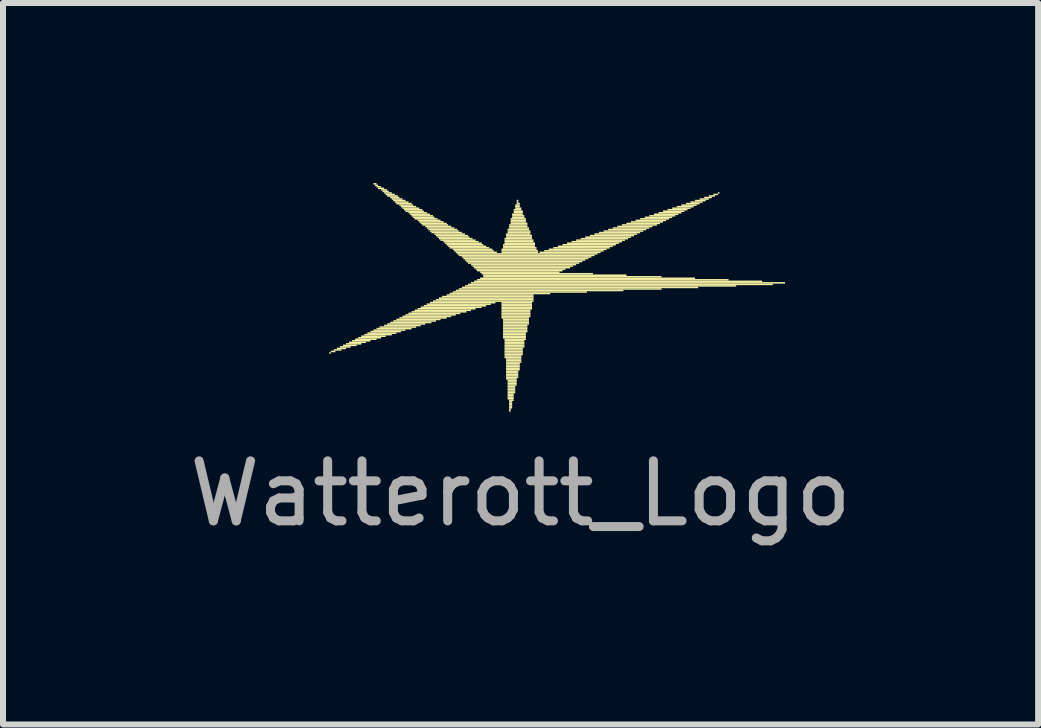
<source format=kicad_pcb>
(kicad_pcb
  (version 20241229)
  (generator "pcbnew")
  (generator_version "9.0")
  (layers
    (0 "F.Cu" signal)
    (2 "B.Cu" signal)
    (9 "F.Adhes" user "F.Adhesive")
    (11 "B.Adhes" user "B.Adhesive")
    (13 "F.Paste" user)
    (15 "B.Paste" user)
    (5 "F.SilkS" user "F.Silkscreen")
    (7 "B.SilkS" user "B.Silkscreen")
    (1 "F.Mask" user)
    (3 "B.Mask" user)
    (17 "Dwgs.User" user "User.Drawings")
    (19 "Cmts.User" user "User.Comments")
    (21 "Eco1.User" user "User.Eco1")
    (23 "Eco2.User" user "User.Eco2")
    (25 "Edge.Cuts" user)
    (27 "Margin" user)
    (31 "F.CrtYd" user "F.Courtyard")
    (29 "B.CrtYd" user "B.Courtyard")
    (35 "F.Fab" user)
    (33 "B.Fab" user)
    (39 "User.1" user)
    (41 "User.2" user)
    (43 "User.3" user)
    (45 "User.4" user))
  (footprint "Watterott_Logo"
    (layer "F.Cu")
    (at 5.625 1.575)
    (property "Reference" "Watterott_Logo" (at 0 3.6 0) (layer "F.Fab") (effects (font (size 1 1) (thickness 0.15))))
    (attr through_hole)
    (fp_poly (pts (xy -3.188 1.27) (xy -3.162 1.27) (xy -3.162 1.245) (xy -3.188 1.245)) (stroke (width 0) (type solid)) (fill yes) (layer "F.SilkS"))
    (fp_poly (pts (xy -3.162 1.245) (xy -3.086 1.245) (xy -3.086 1.219) (xy -3.162 1.219)) (stroke (width 0) (type solid)) (fill yes) (layer "F.SilkS"))
    (fp_poly (pts (xy -3.111 1.219) (xy -2.985 1.219) (xy -2.985 1.194) (xy -3.111 1.194)) (stroke (width 0) (type solid)) (fill yes) (layer "F.SilkS"))
    (fp_poly (pts (xy -3.061 1.194) (xy -2.908 1.194) (xy -2.908 1.168) (xy -3.061 1.168)) (stroke (width 0) (type solid)) (fill yes) (layer "F.SilkS"))
    (fp_poly (pts (xy -3.01 1.168) (xy -2.832 1.168) (xy -2.832 1.143) (xy -3.01 1.143)) (stroke (width 0) (type solid)) (fill yes) (layer "F.SilkS"))
    (fp_poly (pts (xy -2.959 1.143) (xy -2.731 1.143) (xy -2.731 1.118) (xy -2.959 1.118)) (stroke (width 0) (type solid)) (fill yes) (layer "F.SilkS"))
    (fp_poly (pts (xy -2.908 1.118) (xy -2.654 1.118) (xy -2.654 1.092) (xy -2.908 1.092)) (stroke (width 0) (type solid)) (fill yes) (layer "F.SilkS"))
    (fp_poly (pts (xy -2.857 1.092) (xy -2.578 1.092) (xy -2.578 1.067) (xy -2.857 1.067)) (stroke (width 0) (type solid)) (fill yes) (layer "F.SilkS"))
    (fp_poly (pts (xy -2.807 1.067) (xy -2.502 1.067) (xy -2.502 1.041) (xy -2.807 1.041)) (stroke (width 0) (type solid)) (fill yes) (layer "F.SilkS"))
    (fp_poly (pts (xy -2.756 1.041) (xy -2.4 1.041) (xy -2.4 1.016) (xy -2.756 1.016)) (stroke (width 0) (type solid)) (fill yes) (layer "F.SilkS"))
    (fp_poly (pts (xy -2.705 1.016) (xy -2.324 1.016) (xy -2.324 0.991) (xy -2.705 0.991)) (stroke (width 0) (type solid)) (fill yes) (layer "F.SilkS"))
    (fp_poly (pts (xy -2.654 0.991) (xy -2.248 0.991) (xy -2.248 0.965) (xy -2.654 0.965)) (stroke (width 0) (type solid)) (fill yes) (layer "F.SilkS"))
    (fp_poly (pts (xy -2.603 0.965) (xy -2.146 0.965) (xy -2.146 0.94) (xy -2.603 0.94)) (stroke (width 0) (type solid)) (fill yes) (layer "F.SilkS"))
    (fp_poly (pts (xy -2.553 0.94) (xy -2.07 0.94) (xy -2.07 0.914) (xy -2.553 0.914)) (stroke (width 0) (type solid)) (fill yes) (layer "F.SilkS"))
    (fp_poly (pts (xy -2.502 0.914) (xy -1.994 0.914) (xy -1.994 0.889) (xy -2.502 0.889)) (stroke (width 0) (type solid)) (fill yes) (layer "F.SilkS"))
    (fp_poly (pts (xy -2.451 -1.549) (xy -2.4 -1.549) (xy -2.4 -1.575) (xy -2.451 -1.575)) (stroke (width 0) (type solid)) (fill yes) (layer "F.SilkS"))
    (fp_poly (pts (xy -2.451 0.889) (xy -1.918 0.889) (xy -1.918 0.864) (xy -2.451 0.864)) (stroke (width 0) (type solid)) (fill yes) (layer "F.SilkS"))
    (fp_poly (pts (xy -2.426 -1.524) (xy -2.375 -1.524) (xy -2.375 -1.549) (xy -2.426 -1.549)) (stroke (width 0) (type solid)) (fill yes) (layer "F.SilkS"))
    (fp_poly (pts (xy -2.4 -1.499) (xy -2.324 -1.499) (xy -2.324 -1.524) (xy -2.4 -1.524)) (stroke (width 0) (type solid)) (fill yes) (layer "F.SilkS"))
    (fp_poly (pts (xy -2.4 0.864) (xy -1.816 0.864) (xy -1.816 0.838) (xy -2.4 0.838)) (stroke (width 0) (type solid)) (fill yes) (layer "F.SilkS"))
    (fp_poly (pts (xy -2.375 -1.473) (xy -2.273 -1.473) (xy -2.273 -1.499) (xy -2.375 -1.499)) (stroke (width 0) (type solid)) (fill yes) (layer "F.SilkS"))
    (fp_poly (pts (xy -2.349 0.838) (xy -1.74 0.838) (xy -1.74 0.813) (xy -2.349 0.813)) (stroke (width 0) (type solid)) (fill yes) (layer "F.SilkS"))
    (fp_poly (pts (xy -2.324 -1.448) (xy -2.223 -1.448) (xy -2.223 -1.473) (xy -2.324 -1.473)) (stroke (width 0) (type solid)) (fill yes) (layer "F.SilkS"))
    (fp_poly (pts (xy -2.299 -1.422) (xy -2.197 -1.422) (xy -2.197 -1.448) (xy -2.299 -1.448)) (stroke (width 0) (type solid)) (fill yes) (layer "F.SilkS"))
    (fp_poly (pts (xy -2.273 -1.397) (xy -2.146 -1.397) (xy -2.146 -1.422) (xy -2.273 -1.422)) (stroke (width 0) (type solid)) (fill yes) (layer "F.SilkS"))
    (fp_poly (pts (xy -2.273 0.813) (xy -1.664 0.813) (xy -1.664 0.787) (xy -2.273 0.787)) (stroke (width 0) (type solid)) (fill yes) (layer "F.SilkS"))
    (fp_poly (pts (xy -2.248 -1.372) (xy -2.095 -1.372) (xy -2.095 -1.397) (xy -2.248 -1.397)) (stroke (width 0) (type solid)) (fill yes) (layer "F.SilkS"))
    (fp_poly (pts (xy -2.223 -1.346) (xy -2.045 -1.346) (xy -2.045 -1.372) (xy -2.223 -1.372)) (stroke (width 0) (type solid)) (fill yes) (layer "F.SilkS"))
    (fp_poly (pts (xy -2.223 0.787) (xy -1.587 0.787) (xy -1.587 0.762) (xy -2.223 0.762)) (stroke (width 0) (type solid)) (fill yes) (layer "F.SilkS"))
    (fp_poly (pts (xy -2.172 -1.321) (xy -2.019 -1.321) (xy -2.019 -1.346) (xy -2.172 -1.346)) (stroke (width 0) (type solid)) (fill yes) (layer "F.SilkS"))
    (fp_poly (pts (xy -2.172 0.762) (xy -1.486 0.762) (xy -1.486 0.737) (xy -2.172 0.737)) (stroke (width 0) (type solid)) (fill yes) (layer "F.SilkS"))
    (fp_poly (pts (xy -2.146 -1.295) (xy -1.968 -1.295) (xy -1.968 -1.321) (xy -2.146 -1.321)) (stroke (width 0) (type solid)) (fill yes) (layer "F.SilkS"))
    (fp_poly (pts (xy -2.121 -1.27) (xy -1.918 -1.27) (xy -1.918 -1.295) (xy -2.121 -1.295)) (stroke (width 0) (type solid)) (fill yes) (layer "F.SilkS"))
    (fp_poly (pts (xy -2.121 0.737) (xy -1.41 0.737) (xy -1.41 0.711) (xy -2.121 0.711)) (stroke (width 0) (type solid)) (fill yes) (layer "F.SilkS"))
    (fp_poly (pts (xy -2.095 -1.245) (xy -1.867 -1.245) (xy -1.867 -1.27) (xy -2.095 -1.27)) (stroke (width 0) (type solid)) (fill yes) (layer "F.SilkS"))
    (fp_poly (pts (xy -2.07 -1.219) (xy -1.816 -1.219) (xy -1.816 -1.245) (xy -2.07 -1.245)) (stroke (width 0) (type solid)) (fill yes) (layer "F.SilkS"))
    (fp_poly (pts (xy -2.07 0.711) (xy -1.333 0.711) (xy -1.333 0.686) (xy -2.07 0.686)) (stroke (width 0) (type solid)) (fill yes) (layer "F.SilkS"))
    (fp_poly (pts (xy -2.019 -1.194) (xy -1.791 -1.194) (xy -1.791 -1.219) (xy -2.019 -1.219)) (stroke (width 0) (type solid)) (fill yes) (layer "F.SilkS"))
    (fp_poly (pts (xy -2.019 0.686) (xy -1.232 0.686) (xy -1.232 0.66) (xy -2.019 0.66)) (stroke (width 0) (type solid)) (fill yes) (layer "F.SilkS"))
    (fp_poly (pts (xy -1.994 -1.168) (xy -1.74 -1.168) (xy -1.74 -1.194) (xy -1.994 -1.194)) (stroke (width 0) (type solid)) (fill yes) (layer "F.SilkS"))
    (fp_poly (pts (xy -1.968 -1.143) (xy -1.689 -1.143) (xy -1.689 -1.168) (xy -1.968 -1.168)) (stroke (width 0) (type solid)) (fill yes) (layer "F.SilkS"))
    (fp_poly (pts (xy -1.968 0.66) (xy -1.156 0.66) (xy -1.156 0.635) (xy -1.968 0.635)) (stroke (width 0) (type solid)) (fill yes) (layer "F.SilkS"))
    (fp_poly (pts (xy -1.943 -1.118) (xy -1.638 -1.118) (xy -1.638 -1.143) (xy -1.943 -1.143)) (stroke (width 0) (type solid)) (fill yes) (layer "F.SilkS"))
    (fp_poly (pts (xy -1.918 -1.092) (xy -1.613 -1.092) (xy -1.613 -1.118) (xy -1.918 -1.118)) (stroke (width 0) (type solid)) (fill yes) (layer "F.SilkS"))
    (fp_poly (pts (xy -1.918 0.635) (xy -1.079 0.635) (xy -1.079 0.61) (xy -1.918 0.61)) (stroke (width 0) (type solid)) (fill yes) (layer "F.SilkS"))
    (fp_poly (pts (xy -1.867 -1.067) (xy -1.562 -1.067) (xy -1.562 -1.092) (xy -1.867 -1.092)) (stroke (width 0) (type solid)) (fill yes) (layer "F.SilkS"))
    (fp_poly (pts (xy -1.867 0.61) (xy -1.003 0.61) (xy -1.003 0.584) (xy -1.867 0.584)) (stroke (width 0) (type solid)) (fill yes) (layer "F.SilkS"))
    (fp_poly (pts (xy -1.841 -1.041) (xy -1.511 -1.041) (xy -1.511 -1.067) (xy -1.841 -1.067)) (stroke (width 0) (type solid)) (fill yes) (layer "F.SilkS"))
    (fp_poly (pts (xy -1.816 -1.016) (xy -1.46 -1.016) (xy -1.46 -1.041) (xy -1.816 -1.041)) (stroke (width 0) (type solid)) (fill yes) (layer "F.SilkS"))
    (fp_poly (pts (xy -1.816 0.584) (xy -0.902 0.584) (xy -0.902 0.559) (xy -1.816 0.559)) (stroke (width 0) (type solid)) (fill yes) (layer "F.SilkS"))
    (fp_poly (pts (xy -1.791 -0.991) (xy -1.435 -0.991) (xy -1.435 -1.016) (xy -1.791 -1.016)) (stroke (width 0) (type solid)) (fill yes) (layer "F.SilkS"))
    (fp_poly (pts (xy -1.765 -0.965) (xy -1.384 -0.965) (xy -1.384 -0.991) (xy -1.765 -0.991)) (stroke (width 0) (type solid)) (fill yes) (layer "F.SilkS"))
    (fp_poly (pts (xy -1.765 0.559) (xy -0.826 0.559) (xy -0.826 0.533) (xy -1.765 0.533)) (stroke (width 0) (type solid)) (fill yes) (layer "F.SilkS"))
    (fp_poly (pts (xy -1.714 -0.94) (xy -1.333 -0.94) (xy -1.333 -0.965) (xy -1.714 -0.965)) (stroke (width 0) (type solid)) (fill yes) (layer "F.SilkS"))
    (fp_poly (pts (xy -1.714 0.533) (xy -0.749 0.533) (xy -0.749 0.508) (xy -1.714 0.508)) (stroke (width 0) (type solid)) (fill yes) (layer "F.SilkS"))
    (fp_poly (pts (xy -1.689 -0.914) (xy -1.283 -0.914) (xy -1.283 -0.94) (xy -1.689 -0.94)) (stroke (width 0) (type solid)) (fill yes) (layer "F.SilkS"))
    (fp_poly (pts (xy -1.664 -0.889) (xy -1.232 -0.889) (xy -1.232 -0.914) (xy -1.664 -0.914)) (stroke (width 0) (type solid)) (fill yes) (layer "F.SilkS"))
    (fp_poly (pts (xy -1.664 0.508) (xy -0.648 0.508) (xy -0.648 0.483) (xy -1.664 0.483)) (stroke (width 0) (type solid)) (fill yes) (layer "F.SilkS"))
    (fp_poly (pts (xy -1.638 -0.864) (xy -1.206 -0.864) (xy -1.206 -0.889) (xy -1.638 -0.889)) (stroke (width 0) (type solid)) (fill yes) (layer "F.SilkS"))
    (fp_poly (pts (xy -1.613 0.483) (xy -0.572 0.483) (xy -0.572 0.457) (xy -1.613 0.457)) (stroke (width 0) (type solid)) (fill yes) (layer "F.SilkS"))
    (fp_poly (pts (xy -1.587 -0.838) (xy -1.156 -0.838) (xy -1.156 -0.864) (xy -1.587 -0.864)) (stroke (width 0) (type solid)) (fill yes) (layer "F.SilkS"))
    (fp_poly (pts (xy -1.562 -0.813) (xy -1.105 -0.813) (xy -1.105 -0.838) (xy -1.562 -0.838)) (stroke (width 0) (type solid)) (fill yes) (layer "F.SilkS"))
    (fp_poly (pts (xy -1.562 0.457) (xy -0.495 0.457) (xy -0.495 0.432) (xy -1.562 0.432)) (stroke (width 0) (type solid)) (fill yes) (layer "F.SilkS"))
    (fp_poly (pts (xy -1.537 -0.787) (xy -1.054 -0.787) (xy -1.054 -0.813) (xy -1.537 -0.813)) (stroke (width 0) (type solid)) (fill yes) (layer "F.SilkS"))
    (fp_poly (pts (xy -1.511 -0.762) (xy -1.029 -0.762) (xy -1.029 -0.787) (xy -1.511 -0.787)) (stroke (width 0) (type solid)) (fill yes) (layer "F.SilkS"))
    (fp_poly (pts (xy -1.511 0.432) (xy -0.419 0.432) (xy -0.419 0.406) (xy -1.511 0.406)) (stroke (width 0) (type solid)) (fill yes) (layer "F.SilkS"))
    (fp_poly (pts (xy -1.486 -0.737) (xy -0.978 -0.737) (xy -0.978 -0.762) (xy -1.486 -0.762)) (stroke (width 0) (type solid)) (fill yes) (layer "F.SilkS"))
    (fp_poly (pts (xy -1.46 0.406) (xy 0.216 0.406) (xy 0.216 0.381) (xy -1.46 0.381)) (stroke (width 0) (type solid)) (fill yes) (layer "F.SilkS"))
    (fp_poly (pts (xy -1.435 -0.711) (xy -0.927 -0.711) (xy -0.927 -0.737) (xy -1.435 -0.737)) (stroke (width 0) (type solid)) (fill yes) (layer "F.SilkS"))
    (fp_poly (pts (xy -1.41 -0.686) (xy -0.876 -0.686) (xy -0.876 -0.711) (xy -1.41 -0.711)) (stroke (width 0) (type solid)) (fill yes) (layer "F.SilkS"))
    (fp_poly (pts (xy -1.41 0.381) (xy 0.216 0.381) (xy 0.216 0.356) (xy -1.41 0.356)) (stroke (width 0) (type solid)) (fill yes) (layer "F.SilkS"))
    (fp_poly (pts (xy -1.384 -0.66) (xy -0.851 -0.66) (xy -0.851 -0.686) (xy -1.384 -0.686)) (stroke (width 0) (type solid)) (fill yes) (layer "F.SilkS"))
    (fp_poly (pts (xy -1.359 -0.635) (xy -0.8 -0.635) (xy -0.8 -0.66) (xy -1.359 -0.66)) (stroke (width 0) (type solid)) (fill yes) (layer "F.SilkS"))
    (fp_poly (pts (xy -1.359 0.356) (xy 0.216 0.356) (xy 0.216 0.33) (xy -1.359 0.33)) (stroke (width 0) (type solid)) (fill yes) (layer "F.SilkS"))
    (fp_poly (pts (xy -1.333 -0.61) (xy -0.749 -0.61) (xy -0.749 -0.635) (xy -1.333 -0.635)) (stroke (width 0) (type solid)) (fill yes) (layer "F.SilkS"))
    (fp_poly (pts (xy -1.308 0.33) (xy 0.216 0.33) (xy 0.216 0.305) (xy -1.308 0.305)) (stroke (width 0) (type solid)) (fill yes) (layer "F.SilkS"))
    (fp_poly (pts (xy -1.283 -0.584) (xy -0.699 -0.584) (xy -0.699 -0.61) (xy -1.283 -0.61)) (stroke (width 0) (type solid)) (fill yes) (layer "F.SilkS"))
    (fp_poly (pts (xy -1.257 -0.559) (xy -0.648 -0.559) (xy -0.648 -0.584) (xy -1.257 -0.584)) (stroke (width 0) (type solid)) (fill yes) (layer "F.SilkS"))
    (fp_poly (pts (xy -1.232 -0.533) (xy -0.622 -0.533) (xy -0.622 -0.559) (xy -1.232 -0.559)) (stroke (width 0) (type solid)) (fill yes) (layer "F.SilkS"))
    (fp_poly (pts (xy -1.232 0.305) (xy 0.216 0.305) (xy 0.216 0.279) (xy -1.232 0.279)) (stroke (width 0) (type solid)) (fill yes) (layer "F.SilkS"))
    (fp_poly (pts (xy -1.206 -0.508) (xy -0.572 -0.508) (xy -0.572 -0.533) (xy -1.206 -0.533)) (stroke (width 0) (type solid)) (fill yes) (layer "F.SilkS"))
    (fp_poly (pts (xy -1.181 -0.483) (xy -0.521 -0.483) (xy -0.521 -0.508) (xy -1.181 -0.508)) (stroke (width 0) (type solid)) (fill yes) (layer "F.SilkS"))
    (fp_poly (pts (xy -1.181 0.279) (xy 0.495 0.279) (xy 0.495 0.254) (xy -1.181 0.254)) (stroke (width 0) (type solid)) (fill yes) (layer "F.SilkS"))
    (fp_poly (pts (xy -1.13 -0.457) (xy -0.47 -0.457) (xy -0.47 -0.483) (xy -1.13 -0.483)) (stroke (width 0) (type solid)) (fill yes) (layer "F.SilkS"))
    (fp_poly (pts (xy -1.13 0.254) (xy 1.105 0.254) (xy 1.105 0.229) (xy -1.13 0.229)) (stroke (width 0) (type solid)) (fill yes) (layer "F.SilkS"))
    (fp_poly (pts (xy -1.105 -0.432) (xy -0.445 -0.432) (xy -0.445 -0.457) (xy -1.105 -0.457)) (stroke (width 0) (type solid)) (fill yes) (layer "F.SilkS"))
    (fp_poly (pts (xy -1.079 -0.406) (xy -0.394 -0.406) (xy -0.394 -0.432) (xy -1.079 -0.432)) (stroke (width 0) (type solid)) (fill yes) (layer "F.SilkS"))
    (fp_poly (pts (xy -1.079 0.229) (xy 1.714 0.229) (xy 1.714 0.203) (xy -1.079 0.203)) (stroke (width 0) (type solid)) (fill yes) (layer "F.SilkS"))
    (fp_poly (pts (xy -1.054 -0.381) (xy 1.283 -0.381) (xy 1.283 -0.406) (xy -1.054 -0.406)) (stroke (width 0) (type solid)) (fill yes) (layer "F.SilkS"))
    (fp_poly (pts (xy -1.029 -0.356) (xy 1.232 -0.356) (xy 1.232 -0.381) (xy -1.029 -0.381)) (stroke (width 0) (type solid)) (fill yes) (layer "F.SilkS"))
    (fp_poly (pts (xy -1.029 0.203) (xy 2.349 0.203) (xy 2.349 0.178) (xy -1.029 0.178)) (stroke (width 0) (type solid)) (fill yes) (layer "F.SilkS"))
    (fp_poly (pts (xy -0.978 -0.33) (xy 1.181 -0.33) (xy 1.181 -0.356) (xy -0.978 -0.356)) (stroke (width 0) (type solid)) (fill yes) (layer "F.SilkS"))
    (fp_poly (pts (xy -0.978 0.178) (xy 2.959 0.178) (xy 2.959 0.152) (xy -0.978 0.152)) (stroke (width 0) (type solid)) (fill yes) (layer "F.SilkS"))
    (fp_poly (pts (xy -0.953 -0.305) (xy 1.13 -0.305) (xy 1.13 -0.33) (xy -0.953 -0.33)) (stroke (width 0) (type solid)) (fill yes) (layer "F.SilkS"))
    (fp_poly (pts (xy -0.927 -0.279) (xy 1.079 -0.279) (xy 1.079 -0.305) (xy -0.927 -0.305)) (stroke (width 0) (type solid)) (fill yes) (layer "F.SilkS"))
    (fp_poly (pts (xy -0.927 0.152) (xy 3.594 0.152) (xy 3.594 0.127) (xy -0.927 0.127)) (stroke (width 0) (type solid)) (fill yes) (layer "F.SilkS"))
    (fp_poly (pts (xy -0.902 -0.254) (xy 1.029 -0.254) (xy 1.029 -0.279) (xy -0.902 -0.279)) (stroke (width 0) (type solid)) (fill yes) (layer "F.SilkS"))
    (fp_poly (pts (xy -0.876 -0.229) (xy 0.978 -0.229) (xy 0.978 -0.254) (xy -0.876 -0.254)) (stroke (width 0) (type solid)) (fill yes) (layer "F.SilkS"))
    (fp_poly (pts (xy -0.876 0.127) (xy 4.204 0.127) (xy 4.204 0.102) (xy -0.876 0.102)) (stroke (width 0) (type solid)) (fill yes) (layer "F.SilkS"))
    (fp_poly (pts (xy -0.826 -0.203) (xy 0.927 -0.203) (xy 0.927 -0.229) (xy -0.826 -0.229)) (stroke (width 0) (type solid)) (fill yes) (layer "F.SilkS"))
    (fp_poly (pts (xy -0.826 0.102) (xy 4.407 0.102) (xy 4.407 0.076) (xy -0.826 0.076)) (stroke (width 0) (type solid)) (fill yes) (layer "F.SilkS"))
    (fp_poly (pts (xy -0.8 -0.178) (xy 0.876 -0.178) (xy 0.876 -0.203) (xy -0.8 -0.203)) (stroke (width 0) (type solid)) (fill yes) (layer "F.SilkS"))
    (fp_poly (pts (xy -0.775 -0.152) (xy 0.826 -0.152) (xy 0.826 -0.178) (xy -0.775 -0.178)) (stroke (width 0) (type solid)) (fill yes) (layer "F.SilkS"))
    (fp_poly (pts (xy -0.775 0.076) (xy 4.026 0.076) (xy 4.026 0.051) (xy -0.775 0.051)) (stroke (width 0) (type solid)) (fill yes) (layer "F.SilkS"))
    (fp_poly (pts (xy -0.749 -0.127) (xy 0.749 -0.127) (xy 0.749 -0.152) (xy -0.749 -0.152)) (stroke (width 0) (type solid)) (fill yes) (layer "F.SilkS"))
    (fp_poly (pts (xy -0.724 -0.102) (xy 0.699 -0.102) (xy 0.699 -0.127) (xy -0.724 -0.127)) (stroke (width 0) (type solid)) (fill yes) (layer "F.SilkS"))
    (fp_poly (pts (xy -0.724 0.051) (xy 3.467 0.051) (xy 3.467 0.025) (xy -0.724 0.025)) (stroke (width 0) (type solid)) (fill yes) (layer "F.SilkS"))
    (fp_poly (pts (xy -0.673 -0.076) (xy 0.648 -0.076) (xy 0.648 -0.102) (xy -0.673 -0.102)) (stroke (width 0) (type solid)) (fill yes) (layer "F.SilkS"))
    (fp_poly (pts (xy -0.673 0.025) (xy 2.908 0.025) (xy 2.908 0) (xy -0.673 0)) (stroke (width 0) (type solid)) (fill yes) (layer "F.SilkS"))
    (fp_poly (pts (xy -0.648 -0.051) (xy 1.206 -0.051) (xy 1.206 -0.076) (xy -0.648 -0.076)) (stroke (width 0) (type solid)) (fill yes) (layer "F.SilkS"))
    (fp_poly (pts (xy -0.622 -0.025) (xy 1.765 -0.025) (xy 1.765 -0.051) (xy -0.622 -0.051)) (stroke (width 0) (type solid)) (fill yes) (layer "F.SilkS"))
    (fp_poly (pts (xy -0.622 0) (xy 2.349 0) (xy 2.349 -0.025) (xy -0.622 -0.025)) (stroke (width 0) (type solid)) (fill yes) (layer "F.SilkS"))
    (fp_poly (pts (xy -0.318 -0.457) (xy 0.267 -0.457) (xy 0.267 -0.483) (xy -0.318 -0.483)) (stroke (width 0) (type solid)) (fill yes) (layer "F.SilkS"))
    (fp_poly (pts (xy -0.318 -0.432) (xy 0.292 -0.432) (xy 0.292 -0.457) (xy -0.318 -0.457)) (stroke (width 0) (type solid)) (fill yes) (layer "F.SilkS"))
    (fp_poly (pts (xy -0.318 -0.406) (xy 0.292 -0.406) (xy 0.292 -0.432) (xy -0.318 -0.432)) (stroke (width 0) (type solid)) (fill yes) (layer "F.SilkS"))
    (fp_poly (pts (xy -0.318 0.432) (xy 0.191 0.432) (xy 0.191 0.406) (xy -0.318 0.406)) (stroke (width 0) (type solid)) (fill yes) (layer "F.SilkS"))
    (fp_poly (pts (xy -0.318 0.457) (xy 0.191 0.457) (xy 0.191 0.432) (xy -0.318 0.432)) (stroke (width 0) (type solid)) (fill yes) (layer "F.SilkS"))
    (fp_poly (pts (xy -0.318 0.483) (xy 0.191 0.483) (xy 0.191 0.457) (xy -0.318 0.457)) (stroke (width 0) (type solid)) (fill yes) (layer "F.SilkS"))
    (fp_poly (pts (xy -0.318 0.508) (xy 0.191 0.508) (xy 0.191 0.483) (xy -0.318 0.483)) (stroke (width 0) (type solid)) (fill yes) (layer "F.SilkS"))
    (fp_poly (pts (xy -0.318 0.533) (xy 0.191 0.533) (xy 0.191 0.508) (xy -0.318 0.508)) (stroke (width 0) (type solid)) (fill yes) (layer "F.SilkS"))
    (fp_poly (pts (xy -0.318 0.559) (xy 0.165 0.559) (xy 0.165 0.533) (xy -0.318 0.533)) (stroke (width 0) (type solid)) (fill yes) (layer "F.SilkS"))
    (fp_poly (pts (xy -0.318 0.584) (xy 0.165 0.584) (xy 0.165 0.559) (xy -0.318 0.559)) (stroke (width 0) (type solid)) (fill yes) (layer "F.SilkS"))
    (fp_poly (pts (xy -0.318 0.61) (xy 0.165 0.61) (xy 0.165 0.584) (xy -0.318 0.584)) (stroke (width 0) (type solid)) (fill yes) (layer "F.SilkS"))
    (fp_poly (pts (xy -0.318 0.635) (xy 0.165 0.635) (xy 0.165 0.61) (xy -0.318 0.61)) (stroke (width 0) (type solid)) (fill yes) (layer "F.SilkS"))
    (fp_poly (pts (xy -0.318 0.66) (xy 0.165 0.66) (xy 0.165 0.635) (xy -0.318 0.635)) (stroke (width 0) (type solid)) (fill yes) (layer "F.SilkS"))
    (fp_poly (pts (xy -0.318 0.686) (xy 0.14 0.686) (xy 0.14 0.66) (xy -0.318 0.66)) (stroke (width 0) (type solid)) (fill yes) (layer "F.SilkS"))
    (fp_poly (pts (xy -0.292 -0.533) (xy 0.241 -0.533) (xy 0.241 -0.559) (xy -0.292 -0.559)) (stroke (width 0) (type solid)) (fill yes) (layer "F.SilkS"))
    (fp_poly (pts (xy -0.292 -0.508) (xy 0.241 -0.508) (xy 0.241 -0.533) (xy -0.292 -0.533)) (stroke (width 0) (type solid)) (fill yes) (layer "F.SilkS"))
    (fp_poly (pts (xy -0.292 -0.483) (xy 0.267 -0.483) (xy 0.267 -0.508) (xy -0.292 -0.508)) (stroke (width 0) (type solid)) (fill yes) (layer "F.SilkS"))
    (fp_poly (pts (xy -0.292 0.711) (xy 0.14 0.711) (xy 0.14 0.686) (xy -0.292 0.686)) (stroke (width 0) (type solid)) (fill yes) (layer "F.SilkS"))
    (fp_poly (pts (xy -0.292 0.737) (xy 0.14 0.737) (xy 0.14 0.711) (xy -0.292 0.711)) (stroke (width 0) (type solid)) (fill yes) (layer "F.SilkS"))
    (fp_poly (pts (xy -0.292 0.762) (xy 0.14 0.762) (xy 0.14 0.737) (xy -0.292 0.737)) (stroke (width 0) (type solid)) (fill yes) (layer "F.SilkS"))
    (fp_poly (pts (xy -0.292 0.787) (xy 0.14 0.787) (xy 0.14 0.762) (xy -0.292 0.762)) (stroke (width 0) (type solid)) (fill yes) (layer "F.SilkS"))
    (fp_poly (pts (xy -0.292 0.813) (xy 0.114 0.813) (xy 0.114 0.787) (xy -0.292 0.787)) (stroke (width 0) (type solid)) (fill yes) (layer "F.SilkS"))
    (fp_poly (pts (xy -0.292 0.838) (xy 0.114 0.838) (xy 0.114 0.813) (xy -0.292 0.813)) (stroke (width 0) (type solid)) (fill yes) (layer "F.SilkS"))
    (fp_poly (pts (xy -0.292 0.864) (xy 0.114 0.864) (xy 0.114 0.838) (xy -0.292 0.838)) (stroke (width 0) (type solid)) (fill yes) (layer "F.SilkS"))
    (fp_poly (pts (xy -0.292 0.889) (xy 0.114 0.889) (xy 0.114 0.864) (xy -0.292 0.864)) (stroke (width 0) (type solid)) (fill yes) (layer "F.SilkS"))
    (fp_poly (pts (xy -0.292 0.914) (xy 0.114 0.914) (xy 0.114 0.889) (xy -0.292 0.889)) (stroke (width 0) (type solid)) (fill yes) (layer "F.SilkS"))
    (fp_poly (pts (xy -0.292 0.94) (xy 0.089 0.94) (xy 0.089 0.914) (xy -0.292 0.914)) (stroke (width 0) (type solid)) (fill yes) (layer "F.SilkS"))
    (fp_poly (pts (xy -0.292 0.965) (xy 0.089 0.965) (xy 0.089 0.94) (xy -0.292 0.94)) (stroke (width 0) (type solid)) (fill yes) (layer "F.SilkS"))
    (fp_poly (pts (xy -0.292 0.991) (xy 0.089 0.991) (xy 0.089 0.965) (xy -0.292 0.965)) (stroke (width 0) (type solid)) (fill yes) (layer "F.SilkS"))
    (fp_poly (pts (xy -0.292 1.016) (xy 0.089 1.016) (xy 0.089 0.991) (xy -0.292 0.991)) (stroke (width 0) (type solid)) (fill yes) (layer "F.SilkS"))
    (fp_poly (pts (xy -0.267 -0.635) (xy 0.191 -0.635) (xy 0.191 -0.66) (xy -0.267 -0.66)) (stroke (width 0) (type solid)) (fill yes) (layer "F.SilkS"))
    (fp_poly (pts (xy -0.267 -0.61) (xy 0.216 -0.61) (xy 0.216 -0.635) (xy -0.267 -0.635)) (stroke (width 0) (type solid)) (fill yes) (layer "F.SilkS"))
    (fp_poly (pts (xy -0.267 -0.584) (xy 0.216 -0.584) (xy 0.216 -0.61) (xy -0.267 -0.61)) (stroke (width 0) (type solid)) (fill yes) (layer "F.SilkS"))
    (fp_poly (pts (xy -0.267 -0.559) (xy 0.241 -0.559) (xy 0.241 -0.584) (xy -0.267 -0.584)) (stroke (width 0) (type solid)) (fill yes) (layer "F.SilkS"))
    (fp_poly (pts (xy -0.267 1.041) (xy 0.089 1.041) (xy 0.089 1.016) (xy -0.267 1.016)) (stroke (width 0) (type solid)) (fill yes) (layer "F.SilkS"))
    (fp_poly (pts (xy -0.267 1.067) (xy 0.064 1.067) (xy 0.064 1.041) (xy -0.267 1.041)) (stroke (width 0) (type solid)) (fill yes) (layer "F.SilkS"))
    (fp_poly (pts (xy -0.267 1.092) (xy 0.064 1.092) (xy 0.064 1.067) (xy -0.267 1.067)) (stroke (width 0) (type solid)) (fill yes) (layer "F.SilkS"))
    (fp_poly (pts (xy -0.267 1.118) (xy 0.064 1.118) (xy 0.064 1.092) (xy -0.267 1.092)) (stroke (width 0) (type solid)) (fill yes) (layer "F.SilkS"))
    (fp_poly (pts (xy -0.267 1.143) (xy 0.064 1.143) (xy 0.064 1.118) (xy -0.267 1.118)) (stroke (width 0) (type solid)) (fill yes) (layer "F.SilkS"))
    (fp_poly (pts (xy -0.267 1.168) (xy 0.064 1.168) (xy 0.064 1.143) (xy -0.267 1.143)) (stroke (width 0) (type solid)) (fill yes) (layer "F.SilkS"))
    (fp_poly (pts (xy -0.267 1.194) (xy 0.038 1.194) (xy 0.038 1.168) (xy -0.267 1.168)) (stroke (width 0) (type solid)) (fill yes) (layer "F.SilkS"))
    (fp_poly (pts (xy -0.267 1.219) (xy 0.038 1.219) (xy 0.038 1.194) (xy -0.267 1.194)) (stroke (width 0) (type solid)) (fill yes) (layer "F.SilkS"))
    (fp_poly (pts (xy -0.267 1.245) (xy 0.038 1.245) (xy 0.038 1.219) (xy -0.267 1.219)) (stroke (width 0) (type solid)) (fill yes) (layer "F.SilkS"))
    (fp_poly (pts (xy -0.267 1.27) (xy 0.038 1.27) (xy 0.038 1.245) (xy -0.267 1.245)) (stroke (width 0) (type solid)) (fill yes) (layer "F.SilkS"))
    (fp_poly (pts (xy -0.267 1.295) (xy 0.038 1.295) (xy 0.038 1.27) (xy -0.267 1.27)) (stroke (width 0) (type solid)) (fill yes) (layer "F.SilkS"))
    (fp_poly (pts (xy -0.267 1.321) (xy 0.013 1.321) (xy 0.013 1.295) (xy -0.267 1.295)) (stroke (width 0) (type solid)) (fill yes) (layer "F.SilkS"))
    (fp_poly (pts (xy -0.267 1.346) (xy 0.013 1.346) (xy 0.013 1.321) (xy -0.267 1.321)) (stroke (width 0) (type solid)) (fill yes) (layer "F.SilkS"))
    (fp_poly (pts (xy -0.241 -0.711) (xy 0.165 -0.711) (xy 0.165 -0.737) (xy -0.241 -0.737)) (stroke (width 0) (type solid)) (fill yes) (layer "F.SilkS"))
    (fp_poly (pts (xy -0.241 -0.686) (xy 0.191 -0.686) (xy 0.191 -0.711) (xy -0.241 -0.711)) (stroke (width 0) (type solid)) (fill yes) (layer "F.SilkS"))
    (fp_poly (pts (xy -0.241 -0.66) (xy 0.191 -0.66) (xy 0.191 -0.686) (xy -0.241 -0.686)) (stroke (width 0) (type solid)) (fill yes) (layer "F.SilkS"))
    (fp_poly (pts (xy -0.241 1.372) (xy 0.013 1.372) (xy 0.013 1.346) (xy -0.241 1.346)) (stroke (width 0) (type solid)) (fill yes) (layer "F.SilkS"))
    (fp_poly (pts (xy -0.241 1.397) (xy 0.013 1.397) (xy 0.013 1.372) (xy -0.241 1.372)) (stroke (width 0) (type solid)) (fill yes) (layer "F.SilkS"))
    (fp_poly (pts (xy -0.241 1.422) (xy 0.013 1.422) (xy 0.013 1.397) (xy -0.241 1.397)) (stroke (width 0) (type solid)) (fill yes) (layer "F.SilkS"))
    (fp_poly (pts (xy -0.241 1.448) (xy -0.013 1.448) (xy -0.013 1.422) (xy -0.241 1.422)) (stroke (width 0) (type solid)) (fill yes) (layer "F.SilkS"))
    (fp_poly (pts (xy -0.241 1.473) (xy -0.013 1.473) (xy -0.013 1.448) (xy -0.241 1.448)) (stroke (width 0) (type solid)) (fill yes) (layer "F.SilkS"))
    (fp_poly (pts (xy -0.241 1.499) (xy -0.013 1.499) (xy -0.013 1.473) (xy -0.241 1.473)) (stroke (width 0) (type solid)) (fill yes) (layer "F.SilkS"))
    (fp_poly (pts (xy -0.241 1.524) (xy -0.013 1.524) (xy -0.013 1.499) (xy -0.241 1.499)) (stroke (width 0) (type solid)) (fill yes) (layer "F.SilkS"))
    (fp_poly (pts (xy -0.241 1.549) (xy -0.013 1.549) (xy -0.013 1.524) (xy -0.241 1.524)) (stroke (width 0) (type solid)) (fill yes) (layer "F.SilkS"))
    (fp_poly (pts (xy -0.241 1.575) (xy -0.038 1.575) (xy -0.038 1.549) (xy -0.241 1.549)) (stroke (width 0) (type solid)) (fill yes) (layer "F.SilkS"))
    (fp_poly (pts (xy -0.241 1.6) (xy -0.038 1.6) (xy -0.038 1.575) (xy -0.241 1.575)) (stroke (width 0) (type solid)) (fill yes) (layer "F.SilkS"))
    (fp_poly (pts (xy -0.241 1.626) (xy -0.038 1.626) (xy -0.038 1.6) (xy -0.241 1.6)) (stroke (width 0) (type solid)) (fill yes) (layer "F.SilkS"))
    (fp_poly (pts (xy -0.241 1.651) (xy -0.038 1.651) (xy -0.038 1.626) (xy -0.241 1.626)) (stroke (width 0) (type solid)) (fill yes) (layer "F.SilkS"))
    (fp_poly (pts (xy -0.241 1.676) (xy -0.038 1.676) (xy -0.038 1.651) (xy -0.241 1.651)) (stroke (width 0) (type solid)) (fill yes) (layer "F.SilkS"))
    (fp_poly (pts (xy -0.241 1.702) (xy -0.064 1.702) (xy -0.064 1.676) (xy -0.241 1.676)) (stroke (width 0) (type solid)) (fill yes) (layer "F.SilkS"))
    (fp_poly (pts (xy -0.216 -0.787) (xy 0.14 -0.787) (xy 0.14 -0.813) (xy -0.216 -0.813)) (stroke (width 0) (type solid)) (fill yes) (layer "F.SilkS"))
    (fp_poly (pts (xy -0.216 -0.762) (xy 0.165 -0.762) (xy 0.165 -0.787) (xy -0.216 -0.787)) (stroke (width 0) (type solid)) (fill yes) (layer "F.SilkS"))
    (fp_poly (pts (xy -0.216 -0.737) (xy 0.165 -0.737) (xy 0.165 -0.762) (xy -0.216 -0.762)) (stroke (width 0) (type solid)) (fill yes) (layer "F.SilkS"))
    (fp_poly (pts (xy -0.216 1.727) (xy -0.064 1.727) (xy -0.064 1.702) (xy -0.216 1.702)) (stroke (width 0) (type solid)) (fill yes) (layer "F.SilkS"))
    (fp_poly (pts (xy -0.216 1.753) (xy -0.064 1.753) (xy -0.064 1.727) (xy -0.216 1.727)) (stroke (width 0) (type solid)) (fill yes) (layer "F.SilkS"))
    (fp_poly (pts (xy -0.216 1.778) (xy -0.064 1.778) (xy -0.064 1.753) (xy -0.216 1.753)) (stroke (width 0) (type solid)) (fill yes) (layer "F.SilkS"))
    (fp_poly (pts (xy -0.216 1.803) (xy -0.064 1.803) (xy -0.064 1.778) (xy -0.216 1.778)) (stroke (width 0) (type solid)) (fill yes) (layer "F.SilkS"))
    (fp_poly (pts (xy -0.216 1.829) (xy -0.089 1.829) (xy -0.089 1.803) (xy -0.216 1.803)) (stroke (width 0) (type solid)) (fill yes) (layer "F.SilkS"))
    (fp_poly (pts (xy -0.216 1.854) (xy -0.089 1.854) (xy -0.089 1.829) (xy -0.216 1.829)) (stroke (width 0) (type solid)) (fill yes) (layer "F.SilkS"))
    (fp_poly (pts (xy -0.216 1.88) (xy -0.089 1.88) (xy -0.089 1.854) (xy -0.216 1.854)) (stroke (width 0) (type solid)) (fill yes) (layer "F.SilkS"))
    (fp_poly (pts (xy -0.216 1.905) (xy -0.089 1.905) (xy -0.089 1.88) (xy -0.216 1.88)) (stroke (width 0) (type solid)) (fill yes) (layer "F.SilkS"))
    (fp_poly (pts (xy -0.216 1.93) (xy -0.089 1.93) (xy -0.089 1.905) (xy -0.216 1.905)) (stroke (width 0) (type solid)) (fill yes) (layer "F.SilkS"))
    (fp_poly (pts (xy -0.216 1.956) (xy -0.114 1.956) (xy -0.114 1.93) (xy -0.216 1.93)) (stroke (width 0) (type solid)) (fill yes) (layer "F.SilkS"))
    (fp_poly (pts (xy -0.216 1.981) (xy -0.114 1.981) (xy -0.114 1.956) (xy -0.216 1.956)) (stroke (width 0) (type solid)) (fill yes) (layer "F.SilkS"))
    (fp_poly (pts (xy -0.216 2.007) (xy -0.114 2.007) (xy -0.114 1.981) (xy -0.216 1.981)) (stroke (width 0) (type solid)) (fill yes) (layer "F.SilkS"))
    (fp_poly (pts (xy -0.216 2.032) (xy -0.114 2.032) (xy -0.114 2.007) (xy -0.216 2.007)) (stroke (width 0) (type solid)) (fill yes) (layer "F.SilkS"))
    (fp_poly (pts (xy -0.191 -0.864) (xy 0.114 -0.864) (xy 0.114 -0.889) (xy -0.191 -0.889)) (stroke (width 0) (type solid)) (fill yes) (layer "F.SilkS"))
    (fp_poly (pts (xy -0.191 -0.838) (xy 0.114 -0.838) (xy 0.114 -0.864) (xy -0.191 -0.864)) (stroke (width 0) (type solid)) (fill yes) (layer "F.SilkS"))
    (fp_poly (pts (xy -0.191 -0.813) (xy 0.14 -0.813) (xy 0.14 -0.838) (xy -0.191 -0.838)) (stroke (width 0) (type solid)) (fill yes) (layer "F.SilkS"))
    (fp_poly (pts (xy -0.191 2.057) (xy -0.114 2.057) (xy -0.114 2.032) (xy -0.191 2.032)) (stroke (width 0) (type solid)) (fill yes) (layer "F.SilkS"))
    (fp_poly (pts (xy -0.191 2.083) (xy -0.14 2.083) (xy -0.14 2.057) (xy -0.191 2.057)) (stroke (width 0) (type solid)) (fill yes) (layer "F.SilkS"))
    (fp_poly (pts (xy -0.191 2.108) (xy -0.14 2.108) (xy -0.14 2.083) (xy -0.191 2.083)) (stroke (width 0) (type solid)) (fill yes) (layer "F.SilkS"))
    (fp_poly (pts (xy -0.191 2.134) (xy -0.14 2.134) (xy -0.14 2.108) (xy -0.191 2.108)) (stroke (width 0) (type solid)) (fill yes) (layer "F.SilkS"))
    (fp_poly (pts (xy -0.191 2.159) (xy -0.14 2.159) (xy -0.14 2.134) (xy -0.191 2.134)) (stroke (width 0) (type solid)) (fill yes) (layer "F.SilkS"))
    (fp_poly (pts (xy -0.191 2.184) (xy -0.14 2.184) (xy -0.14 2.159) (xy -0.191 2.159)) (stroke (width 0) (type solid)) (fill yes) (layer "F.SilkS"))
    (fp_poly (pts (xy -0.191 2.21) (xy -0.165 2.21) (xy -0.165 2.184) (xy -0.191 2.184)) (stroke (width 0) (type solid)) (fill yes) (layer "F.SilkS"))
    (fp_poly (pts (xy -0.191 2.235) (xy -0.165 2.235) (xy -0.165 2.21) (xy -0.191 2.21)) (stroke (width 0) (type solid)) (fill yes) (layer "F.SilkS"))
    (fp_poly (pts (xy -0.165 -0.965) (xy 0.089 -0.965) (xy 0.089 -0.991) (xy -0.165 -0.991)) (stroke (width 0) (type solid)) (fill yes) (layer "F.SilkS"))
    (fp_poly (pts (xy -0.165 -0.94) (xy 0.089 -0.94) (xy 0.089 -0.965) (xy -0.165 -0.965)) (stroke (width 0) (type solid)) (fill yes) (layer "F.SilkS"))
    (fp_poly (pts (xy -0.165 -0.914) (xy 0.089 -0.914) (xy 0.089 -0.94) (xy -0.165 -0.94)) (stroke (width 0) (type solid)) (fill yes) (layer "F.SilkS"))
    (fp_poly (pts (xy -0.165 -0.889) (xy 0.114 -0.889) (xy 0.114 -0.914) (xy -0.165 -0.914)) (stroke (width 0) (type solid)) (fill yes) (layer "F.SilkS"))
    (fp_poly (pts (xy -0.14 -1.041) (xy 0.038 -1.041) (xy 0.038 -1.067) (xy -0.14 -1.067)) (stroke (width 0) (type solid)) (fill yes) (layer "F.SilkS"))
    (fp_poly (pts (xy -0.14 -1.016) (xy 0.064 -1.016) (xy 0.064 -1.041) (xy -0.14 -1.041)) (stroke (width 0) (type solid)) (fill yes) (layer "F.SilkS"))
    (fp_poly (pts (xy -0.14 -0.991) (xy 0.064 -0.991) (xy 0.064 -1.016) (xy -0.14 -1.016)) (stroke (width 0) (type solid)) (fill yes) (layer "F.SilkS"))
    (fp_poly (pts (xy -0.114 -1.118) (xy 0.013 -1.118) (xy 0.013 -1.143) (xy -0.114 -1.143)) (stroke (width 0) (type solid)) (fill yes) (layer "F.SilkS"))
    (fp_poly (pts (xy -0.114 -1.092) (xy 0.038 -1.092) (xy 0.038 -1.118) (xy -0.114 -1.118)) (stroke (width 0) (type solid)) (fill yes) (layer "F.SilkS"))
    (fp_poly (pts (xy -0.114 -1.067) (xy 0.038 -1.067) (xy 0.038 -1.092) (xy -0.114 -1.092)) (stroke (width 0) (type solid)) (fill yes) (layer "F.SilkS"))
    (fp_poly (pts (xy -0.089 -1.194) (xy -0.013 -1.194) (xy -0.013 -1.219) (xy -0.089 -1.219)) (stroke (width 0) (type solid)) (fill yes) (layer "F.SilkS"))
    (fp_poly (pts (xy -0.089 -1.168) (xy -0.013 -1.168) (xy -0.013 -1.194) (xy -0.089 -1.194)) (stroke (width 0) (type solid)) (fill yes) (layer "F.SilkS"))
    (fp_poly (pts (xy -0.089 -1.143) (xy 0.013 -1.143) (xy 0.013 -1.168) (xy -0.089 -1.168)) (stroke (width 0) (type solid)) (fill yes) (layer "F.SilkS"))
    (fp_poly (pts (xy -0.064 -1.27) (xy -0.038 -1.27) (xy -0.038 -1.295) (xy -0.064 -1.295)) (stroke (width 0) (type solid)) (fill yes) (layer "F.SilkS"))
    (fp_poly (pts (xy -0.064 -1.245) (xy -0.038 -1.245) (xy -0.038 -1.27) (xy -0.064 -1.27)) (stroke (width 0) (type solid)) (fill yes) (layer "F.SilkS"))
    (fp_poly (pts (xy -0.064 -1.219) (xy -0.013 -1.219) (xy -0.013 -1.245) (xy -0.064 -1.245)) (stroke (width 0) (type solid)) (fill yes) (layer "F.SilkS"))
    (fp_poly (pts (xy 0.318 -0.406) (xy 1.333 -0.406) (xy 1.333 -0.432) (xy 0.318 -0.432)) (stroke (width 0) (type solid)) (fill yes) (layer "F.SilkS"))
    (fp_poly (pts (xy 0.394 -0.432) (xy 1.384 -0.432) (xy 1.384 -0.457) (xy 0.394 -0.457)) (stroke (width 0) (type solid)) (fill yes) (layer "F.SilkS"))
    (fp_poly (pts (xy 0.47 -0.457) (xy 1.435 -0.457) (xy 1.435 -0.483) (xy 0.47 -0.483)) (stroke (width 0) (type solid)) (fill yes) (layer "F.SilkS"))
    (fp_poly (pts (xy 0.546 -0.483) (xy 1.486 -0.483) (xy 1.486 -0.508) (xy 0.546 -0.508)) (stroke (width 0) (type solid)) (fill yes) (layer "F.SilkS"))
    (fp_poly (pts (xy 0.622 -0.508) (xy 1.537 -0.508) (xy 1.537 -0.533) (xy 0.622 -0.533)) (stroke (width 0) (type solid)) (fill yes) (layer "F.SilkS"))
    (fp_poly (pts (xy 0.699 -0.533) (xy 1.587 -0.533) (xy 1.587 -0.559) (xy 0.699 -0.559)) (stroke (width 0) (type solid)) (fill yes) (layer "F.SilkS"))
    (fp_poly (pts (xy 0.775 -0.559) (xy 1.638 -0.559) (xy 1.638 -0.584) (xy 0.775 -0.584)) (stroke (width 0) (type solid)) (fill yes) (layer "F.SilkS"))
    (fp_poly (pts (xy 0.851 -0.584) (xy 1.689 -0.584) (xy 1.689 -0.61) (xy 0.851 -0.61)) (stroke (width 0) (type solid)) (fill yes) (layer "F.SilkS"))
    (fp_poly (pts (xy 0.927 -0.61) (xy 1.74 -0.61) (xy 1.74 -0.635) (xy 0.927 -0.635)) (stroke (width 0) (type solid)) (fill yes) (layer "F.SilkS"))
    (fp_poly (pts (xy 1.003 -0.635) (xy 1.791 -0.635) (xy 1.791 -0.66) (xy 1.003 -0.66)) (stroke (width 0) (type solid)) (fill yes) (layer "F.SilkS"))
    (fp_poly (pts (xy 1.079 -0.66) (xy 1.841 -0.66) (xy 1.841 -0.686) (xy 1.079 -0.686)) (stroke (width 0) (type solid)) (fill yes) (layer "F.SilkS"))
    (fp_poly (pts (xy 1.156 -0.686) (xy 1.892 -0.686) (xy 1.892 -0.711) (xy 1.156 -0.711)) (stroke (width 0) (type solid)) (fill yes) (layer "F.SilkS"))
    (fp_poly (pts (xy 1.232 -0.711) (xy 1.943 -0.711) (xy 1.943 -0.737) (xy 1.232 -0.737)) (stroke (width 0) (type solid)) (fill yes) (layer "F.SilkS"))
    (fp_poly (pts (xy 1.308 -0.737) (xy 1.994 -0.737) (xy 1.994 -0.762) (xy 1.308 -0.762)) (stroke (width 0) (type solid)) (fill yes) (layer "F.SilkS"))
    (fp_poly (pts (xy 1.384 -0.762) (xy 2.045 -0.762) (xy 2.045 -0.787) (xy 1.384 -0.787)) (stroke (width 0) (type solid)) (fill yes) (layer "F.SilkS"))
    (fp_poly (pts (xy 1.46 -0.787) (xy 2.095 -0.787) (xy 2.095 -0.813) (xy 1.46 -0.813)) (stroke (width 0) (type solid)) (fill yes) (layer "F.SilkS"))
    (fp_poly (pts (xy 1.537 -0.813) (xy 2.146 -0.813) (xy 2.146 -0.838) (xy 1.537 -0.838)) (stroke (width 0) (type solid)) (fill yes) (layer "F.SilkS"))
    (fp_poly (pts (xy 1.613 -0.838) (xy 2.197 -0.838) (xy 2.197 -0.864) (xy 1.613 -0.864)) (stroke (width 0) (type solid)) (fill yes) (layer "F.SilkS"))
    (fp_poly (pts (xy 1.689 -0.864) (xy 2.273 -0.864) (xy 2.273 -0.889) (xy 1.689 -0.889)) (stroke (width 0) (type solid)) (fill yes) (layer "F.SilkS"))
    (fp_poly (pts (xy 1.765 -0.889) (xy 2.324 -0.889) (xy 2.324 -0.914) (xy 1.765 -0.914)) (stroke (width 0) (type solid)) (fill yes) (layer "F.SilkS"))
    (fp_poly (pts (xy 1.841 -0.914) (xy 2.375 -0.914) (xy 2.375 -0.94) (xy 1.841 -0.94)) (stroke (width 0) (type solid)) (fill yes) (layer "F.SilkS"))
    (fp_poly (pts (xy 1.918 -0.94) (xy 2.426 -0.94) (xy 2.426 -0.965) (xy 1.918 -0.965)) (stroke (width 0) (type solid)) (fill yes) (layer "F.SilkS"))
    (fp_poly (pts (xy 1.994 -0.965) (xy 2.477 -0.965) (xy 2.477 -0.991) (xy 1.994 -0.991)) (stroke (width 0) (type solid)) (fill yes) (layer "F.SilkS"))
    (fp_poly (pts (xy 2.07 -0.991) (xy 2.527 -0.991) (xy 2.527 -1.016) (xy 2.07 -1.016)) (stroke (width 0) (type solid)) (fill yes) (layer "F.SilkS"))
    (fp_poly (pts (xy 2.146 -1.016) (xy 2.578 -1.016) (xy 2.578 -1.041) (xy 2.146 -1.041)) (stroke (width 0) (type solid)) (fill yes) (layer "F.SilkS"))
    (fp_poly (pts (xy 2.223 -1.041) (xy 2.629 -1.041) (xy 2.629 -1.067) (xy 2.223 -1.067)) (stroke (width 0) (type solid)) (fill yes) (layer "F.SilkS"))
    (fp_poly (pts (xy 2.299 -1.067) (xy 2.68 -1.067) (xy 2.68 -1.092) (xy 2.299 -1.092)) (stroke (width 0) (type solid)) (fill yes) (layer "F.SilkS"))
    (fp_poly (pts (xy 2.375 -1.092) (xy 2.731 -1.092) (xy 2.731 -1.118) (xy 2.375 -1.118)) (stroke (width 0) (type solid)) (fill yes) (layer "F.SilkS"))
    (fp_poly (pts (xy 2.451 -1.118) (xy 2.781 -1.118) (xy 2.781 -1.143) (xy 2.451 -1.143)) (stroke (width 0) (type solid)) (fill yes) (layer "F.SilkS"))
    (fp_poly (pts (xy 2.527 -1.143) (xy 2.832 -1.143) (xy 2.832 -1.168) (xy 2.527 -1.168)) (stroke (width 0) (type solid)) (fill yes) (layer "F.SilkS"))
    (fp_poly (pts (xy 2.603 -1.168) (xy 2.883 -1.168) (xy 2.883 -1.194) (xy 2.603 -1.194)) (stroke (width 0) (type solid)) (fill yes) (layer "F.SilkS"))
    (fp_poly (pts (xy 2.68 -1.194) (xy 2.934 -1.194) (xy 2.934 -1.219) (xy 2.68 -1.219)) (stroke (width 0) (type solid)) (fill yes) (layer "F.SilkS"))
    (fp_poly (pts (xy 2.756 -1.219) (xy 2.985 -1.219) (xy 2.985 -1.245) (xy 2.756 -1.245)) (stroke (width 0) (type solid)) (fill yes) (layer "F.SilkS"))
    (fp_poly (pts (xy 2.832 -1.245) (xy 3.035 -1.245) (xy 3.035 -1.27) (xy 2.832 -1.27)) (stroke (width 0) (type solid)) (fill yes) (layer "F.SilkS"))
    (fp_poly (pts (xy 2.908 -1.27) (xy 3.086 -1.27) (xy 3.086 -1.295) (xy 2.908 -1.295)) (stroke (width 0) (type solid)) (fill yes) (layer "F.SilkS"))
    (fp_poly (pts (xy 2.985 -1.295) (xy 3.137 -1.295) (xy 3.137 -1.321) (xy 2.985 -1.321)) (stroke (width 0) (type solid)) (fill yes) (layer "F.SilkS"))
    (fp_poly (pts (xy 3.061 -1.321) (xy 3.188 -1.321) (xy 3.188 -1.346) (xy 3.061 -1.346)) (stroke (width 0) (type solid)) (fill yes) (layer "F.SilkS"))
    (fp_poly (pts (xy 3.137 -1.346) (xy 3.239 -1.346) (xy 3.239 -1.372) (xy 3.137 -1.372)) (stroke (width 0) (type solid)) (fill yes) (layer "F.SilkS"))
    (fp_poly (pts (xy 3.213 -1.372) (xy 3.289 -1.372) (xy 3.289 -1.397) (xy 3.213 -1.397)) (stroke (width 0) (type solid)) (fill yes) (layer "F.SilkS"))
    (fp_poly (pts (xy 3.289 -1.397) (xy 3.315 -1.397) (xy 3.315 -1.422) (xy 3.289 -1.422)) (stroke (width 0) (type solid)) (fill yes) (layer "F.SilkS")))
  (gr_rect
    (start -3 -3)
    (end 14.25 9.023)
    (stroke (width 0.1) (type default))
    (fill no)
    (layer "Edge.Cuts")))
</source>
